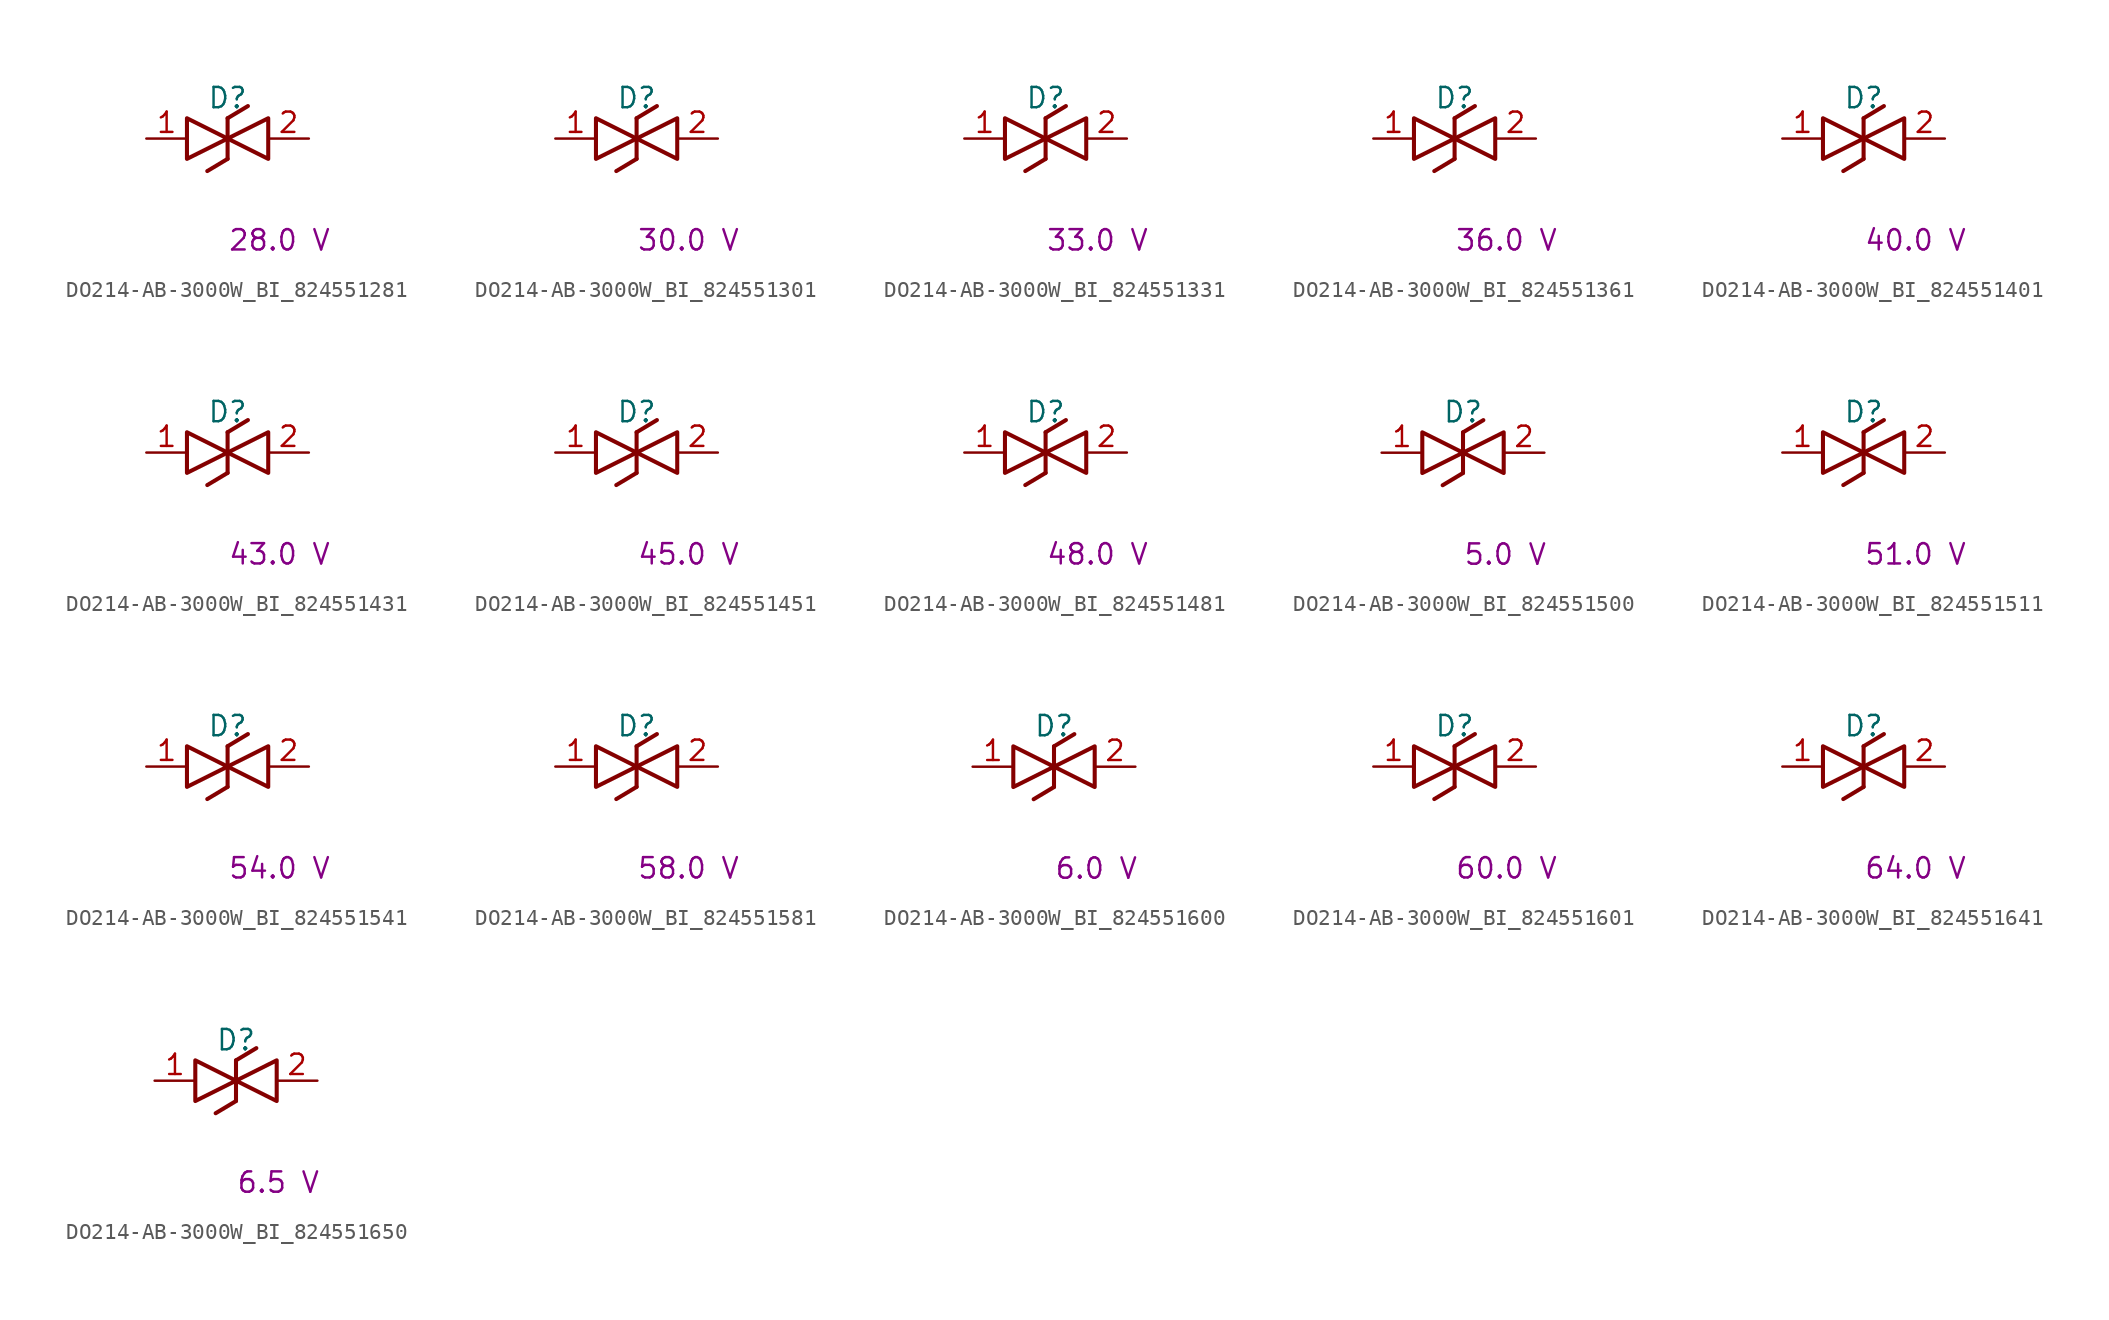
<source format=kicad_sym>
(kicad_symbol_lib
  (version 20220914)
  (generator kicad_symbol_editor)
  (symbol "DO214-AB-3000W_BI_824551281"
    (pin_names hide)
    (property "Reference" "D"
      (at 0 2.54 0)
      (effects (font (size 1.27 1.27))))
    (property "Critical Parameter" "28.0 V"
      (at 0 -6.35 0)
      (effects (font (size 1.27 1.27)) (justify left)))
    (symbol "DO214-AB-3000W_BI_824551281_0_1"
      (polyline (pts (xy -2.54 1.27) (xy -2.54 -1.27) (xy 2.54 1.27) (xy 2.54 -1.27) (xy -2.54 1.27)) (stroke (width 0.254) (type default)) (fill (type none))))
    (symbol "DO214-AB-3000W_BI_824551281_1_1"
      (polyline (pts (xy 0 -1.27) (xy -1.27 -2.032)) (stroke (width 0.254) (type default)) (fill (type none)))
      (polyline (pts (xy 0 1.27) (xy 0 -1.27)) (stroke (width 0.254) (type default)) (fill (type none)))
      (polyline (pts (xy 0 1.27) (xy 1.27 2.032)) (stroke (width 0.254) (type default)) (fill (type none)))
      (pin passive line (at -5.08 0 0) (length 2.54) (name "1" (effects (font (size 1.27 1.27)))) (number "1" (effects (font (size 1.27 1.27)))))
      (pin passive line (at 5.08 0 180) (length 2.54) (name "2" (effects (font (size 1.27 1.27)))) (number "2" (effects (font (size 1.27 1.27)))))))
  (symbol "DO214-AB-3000W_BI_824551301"
    (pin_names hide)
    (property "Reference" "D"
      (at 0 2.54 0)
      (effects (font (size 1.27 1.27))))
    (property "Critical Parameter" "30.0 V"
      (at 0 -6.35 0)
      (effects (font (size 1.27 1.27)) (justify left)))
    (symbol "DO214-AB-3000W_BI_824551301_0_1"
      (polyline (pts (xy -2.54 1.27) (xy -2.54 -1.27) (xy 2.54 1.27) (xy 2.54 -1.27) (xy -2.54 1.27)) (stroke (width 0.254) (type default)) (fill (type none))))
    (symbol "DO214-AB-3000W_BI_824551301_1_1"
      (polyline (pts (xy 0 -1.27) (xy -1.27 -2.032)) (stroke (width 0.254) (type default)) (fill (type none)))
      (polyline (pts (xy 0 1.27) (xy 0 -1.27)) (stroke (width 0.254) (type default)) (fill (type none)))
      (polyline (pts (xy 0 1.27) (xy 1.27 2.032)) (stroke (width 0.254) (type default)) (fill (type none)))
      (pin passive line (at -5.08 0 0) (length 2.54) (name "1" (effects (font (size 1.27 1.27)))) (number "1" (effects (font (size 1.27 1.27)))))
      (pin passive line (at 5.08 0 180) (length 2.54) (name "2" (effects (font (size 1.27 1.27)))) (number "2" (effects (font (size 1.27 1.27)))))))
  (symbol "DO214-AB-3000W_BI_824551331"
    (pin_names hide)
    (property "Reference" "D"
      (at 0 2.54 0)
      (effects (font (size 1.27 1.27))))
    (property "Critical Parameter" "33.0 V"
      (at 0 -6.35 0)
      (effects (font (size 1.27 1.27)) (justify left)))
    (symbol "DO214-AB-3000W_BI_824551331_0_1"
      (polyline (pts (xy -2.54 1.27) (xy -2.54 -1.27) (xy 2.54 1.27) (xy 2.54 -1.27) (xy -2.54 1.27)) (stroke (width 0.254) (type default)) (fill (type none))))
    (symbol "DO214-AB-3000W_BI_824551331_1_1"
      (polyline (pts (xy 0 -1.27) (xy -1.27 -2.032)) (stroke (width 0.254) (type default)) (fill (type none)))
      (polyline (pts (xy 0 1.27) (xy 0 -1.27)) (stroke (width 0.254) (type default)) (fill (type none)))
      (polyline (pts (xy 0 1.27) (xy 1.27 2.032)) (stroke (width 0.254) (type default)) (fill (type none)))
      (pin passive line (at -5.08 0 0) (length 2.54) (name "1" (effects (font (size 1.27 1.27)))) (number "1" (effects (font (size 1.27 1.27)))))
      (pin passive line (at 5.08 0 180) (length 2.54) (name "2" (effects (font (size 1.27 1.27)))) (number "2" (effects (font (size 1.27 1.27)))))))
  (symbol "DO214-AB-3000W_BI_824551361"
    (pin_names hide)
    (property "Reference" "D"
      (at 0 2.54 0)
      (effects (font (size 1.27 1.27))))
    (property "Critical Parameter" "36.0 V"
      (at 0 -6.35 0)
      (effects (font (size 1.27 1.27)) (justify left)))
    (symbol "DO214-AB-3000W_BI_824551361_0_1"
      (polyline (pts (xy -2.54 1.27) (xy -2.54 -1.27) (xy 2.54 1.27) (xy 2.54 -1.27) (xy -2.54 1.27)) (stroke (width 0.254) (type default)) (fill (type none))))
    (symbol "DO214-AB-3000W_BI_824551361_1_1"
      (polyline (pts (xy 0 -1.27) (xy -1.27 -2.032)) (stroke (width 0.254) (type default)) (fill (type none)))
      (polyline (pts (xy 0 1.27) (xy 0 -1.27)) (stroke (width 0.254) (type default)) (fill (type none)))
      (polyline (pts (xy 0 1.27) (xy 1.27 2.032)) (stroke (width 0.254) (type default)) (fill (type none)))
      (pin passive line (at -5.08 0 0) (length 2.54) (name "1" (effects (font (size 1.27 1.27)))) (number "1" (effects (font (size 1.27 1.27)))))
      (pin passive line (at 5.08 0 180) (length 2.54) (name "2" (effects (font (size 1.27 1.27)))) (number "2" (effects (font (size 1.27 1.27)))))))
  (symbol "DO214-AB-3000W_BI_824551401"
    (pin_names hide)
    (property "Reference" "D"
      (at 0 2.54 0)
      (effects (font (size 1.27 1.27))))
    (property "Critical Parameter" "40.0 V"
      (at 0 -6.35 0)
      (effects (font (size 1.27 1.27)) (justify left)))
    (symbol "DO214-AB-3000W_BI_824551401_0_1"
      (polyline (pts (xy -2.54 1.27) (xy -2.54 -1.27) (xy 2.54 1.27) (xy 2.54 -1.27) (xy -2.54 1.27)) (stroke (width 0.254) (type default)) (fill (type none))))
    (symbol "DO214-AB-3000W_BI_824551401_1_1"
      (polyline (pts (xy 0 -1.27) (xy -1.27 -2.032)) (stroke (width 0.254) (type default)) (fill (type none)))
      (polyline (pts (xy 0 1.27) (xy 0 -1.27)) (stroke (width 0.254) (type default)) (fill (type none)))
      (polyline (pts (xy 0 1.27) (xy 1.27 2.032)) (stroke (width 0.254) (type default)) (fill (type none)))
      (pin passive line (at -5.08 0 0) (length 2.54) (name "1" (effects (font (size 1.27 1.27)))) (number "1" (effects (font (size 1.27 1.27)))))
      (pin passive line (at 5.08 0 180) (length 2.54) (name "2" (effects (font (size 1.27 1.27)))) (number "2" (effects (font (size 1.27 1.27)))))))
  (symbol "DO214-AB-3000W_BI_824551431"
    (pin_names hide)
    (property "Reference" "D"
      (at 0 2.54 0)
      (effects (font (size 1.27 1.27))))
    (property "Critical Parameter" "43.0 V"
      (at 0 -6.35 0)
      (effects (font (size 1.27 1.27)) (justify left)))
    (symbol "DO214-AB-3000W_BI_824551431_0_1"
      (polyline (pts (xy -2.54 1.27) (xy -2.54 -1.27) (xy 2.54 1.27) (xy 2.54 -1.27) (xy -2.54 1.27)) (stroke (width 0.254) (type default)) (fill (type none))))
    (symbol "DO214-AB-3000W_BI_824551431_1_1"
      (polyline (pts (xy 0 -1.27) (xy -1.27 -2.032)) (stroke (width 0.254) (type default)) (fill (type none)))
      (polyline (pts (xy 0 1.27) (xy 0 -1.27)) (stroke (width 0.254) (type default)) (fill (type none)))
      (polyline (pts (xy 0 1.27) (xy 1.27 2.032)) (stroke (width 0.254) (type default)) (fill (type none)))
      (pin passive line (at -5.08 0 0) (length 2.54) (name "1" (effects (font (size 1.27 1.27)))) (number "1" (effects (font (size 1.27 1.27)))))
      (pin passive line (at 5.08 0 180) (length 2.54) (name "2" (effects (font (size 1.27 1.27)))) (number "2" (effects (font (size 1.27 1.27)))))))
  (symbol "DO214-AB-3000W_BI_824551451"
    (pin_names hide)
    (property "Reference" "D"
      (at 0 2.54 0)
      (effects (font (size 1.27 1.27))))
    (property "Critical Parameter" "45.0 V"
      (at 0 -6.35 0)
      (effects (font (size 1.27 1.27)) (justify left)))
    (symbol "DO214-AB-3000W_BI_824551451_0_1"
      (polyline (pts (xy -2.54 1.27) (xy -2.54 -1.27) (xy 2.54 1.27) (xy 2.54 -1.27) (xy -2.54 1.27)) (stroke (width 0.254) (type default)) (fill (type none))))
    (symbol "DO214-AB-3000W_BI_824551451_1_1"
      (polyline (pts (xy 0 -1.27) (xy -1.27 -2.032)) (stroke (width 0.254) (type default)) (fill (type none)))
      (polyline (pts (xy 0 1.27) (xy 0 -1.27)) (stroke (width 0.254) (type default)) (fill (type none)))
      (polyline (pts (xy 0 1.27) (xy 1.27 2.032)) (stroke (width 0.254) (type default)) (fill (type none)))
      (pin passive line (at -5.08 0 0) (length 2.54) (name "1" (effects (font (size 1.27 1.27)))) (number "1" (effects (font (size 1.27 1.27)))))
      (pin passive line (at 5.08 0 180) (length 2.54) (name "2" (effects (font (size 1.27 1.27)))) (number "2" (effects (font (size 1.27 1.27)))))))
  (symbol "DO214-AB-3000W_BI_824551481"
    (pin_names hide)
    (property "Reference" "D"
      (at 0 2.54 0)
      (effects (font (size 1.27 1.27))))
    (property "Critical Parameter" "48.0 V"
      (at 0 -6.35 0)
      (effects (font (size 1.27 1.27)) (justify left)))
    (symbol "DO214-AB-3000W_BI_824551481_0_1"
      (polyline (pts (xy -2.54 1.27) (xy -2.54 -1.27) (xy 2.54 1.27) (xy 2.54 -1.27) (xy -2.54 1.27)) (stroke (width 0.254) (type default)) (fill (type none))))
    (symbol "DO214-AB-3000W_BI_824551481_1_1"
      (polyline (pts (xy 0 -1.27) (xy -1.27 -2.032)) (stroke (width 0.254) (type default)) (fill (type none)))
      (polyline (pts (xy 0 1.27) (xy 0 -1.27)) (stroke (width 0.254) (type default)) (fill (type none)))
      (polyline (pts (xy 0 1.27) (xy 1.27 2.032)) (stroke (width 0.254) (type default)) (fill (type none)))
      (pin passive line (at -5.08 0 0) (length 2.54) (name "1" (effects (font (size 1.27 1.27)))) (number "1" (effects (font (size 1.27 1.27)))))
      (pin passive line (at 5.08 0 180) (length 2.54) (name "2" (effects (font (size 1.27 1.27)))) (number "2" (effects (font (size 1.27 1.27)))))))
  (symbol "DO214-AB-3000W_BI_824551500"
    (pin_names hide)
    (property "Reference" "D"
      (at 0 2.54 0)
      (effects (font (size 1.27 1.27))))
    (property "Critical Parameter" "5.0 V"
      (at 0 -6.35 0)
      (effects (font (size 1.27 1.27)) (justify left)))
    (symbol "DO214-AB-3000W_BI_824551500_0_1"
      (polyline (pts (xy -2.54 1.27) (xy -2.54 -1.27) (xy 2.54 1.27) (xy 2.54 -1.27) (xy -2.54 1.27)) (stroke (width 0.254) (type default)) (fill (type none))))
    (symbol "DO214-AB-3000W_BI_824551500_1_1"
      (polyline (pts (xy 0 -1.27) (xy -1.27 -2.032)) (stroke (width 0.254) (type default)) (fill (type none)))
      (polyline (pts (xy 0 1.27) (xy 0 -1.27)) (stroke (width 0.254) (type default)) (fill (type none)))
      (polyline (pts (xy 0 1.27) (xy 1.27 2.032)) (stroke (width 0.254) (type default)) (fill (type none)))
      (pin passive line (at -5.08 0 0) (length 2.54) (name "1" (effects (font (size 1.27 1.27)))) (number "1" (effects (font (size 1.27 1.27)))))
      (pin passive line (at 5.08 0 180) (length 2.54) (name "2" (effects (font (size 1.27 1.27)))) (number "2" (effects (font (size 1.27 1.27)))))))
  (symbol "DO214-AB-3000W_BI_824551511"
    (pin_names hide)
    (property "Reference" "D"
      (at 0 2.54 0)
      (effects (font (size 1.27 1.27))))
    (property "Critical Parameter" "51.0 V"
      (at 0 -6.35 0)
      (effects (font (size 1.27 1.27)) (justify left)))
    (symbol "DO214-AB-3000W_BI_824551511_0_1"
      (polyline (pts (xy -2.54 1.27) (xy -2.54 -1.27) (xy 2.54 1.27) (xy 2.54 -1.27) (xy -2.54 1.27)) (stroke (width 0.254) (type default)) (fill (type none))))
    (symbol "DO214-AB-3000W_BI_824551511_1_1"
      (polyline (pts (xy 0 -1.27) (xy -1.27 -2.032)) (stroke (width 0.254) (type default)) (fill (type none)))
      (polyline (pts (xy 0 1.27) (xy 0 -1.27)) (stroke (width 0.254) (type default)) (fill (type none)))
      (polyline (pts (xy 0 1.27) (xy 1.27 2.032)) (stroke (width 0.254) (type default)) (fill (type none)))
      (pin passive line (at -5.08 0 0) (length 2.54) (name "1" (effects (font (size 1.27 1.27)))) (number "1" (effects (font (size 1.27 1.27)))))
      (pin passive line (at 5.08 0 180) (length 2.54) (name "2" (effects (font (size 1.27 1.27)))) (number "2" (effects (font (size 1.27 1.27)))))))
  (symbol "DO214-AB-3000W_BI_824551541"
    (pin_names hide)
    (property "Reference" "D"
      (at 0 2.54 0)
      (effects (font (size 1.27 1.27))))
    (property "Critical Parameter" "54.0 V"
      (at 0 -6.35 0)
      (effects (font (size 1.27 1.27)) (justify left)))
    (symbol "DO214-AB-3000W_BI_824551541_0_1"
      (polyline (pts (xy -2.54 1.27) (xy -2.54 -1.27) (xy 2.54 1.27) (xy 2.54 -1.27) (xy -2.54 1.27)) (stroke (width 0.254) (type default)) (fill (type none))))
    (symbol "DO214-AB-3000W_BI_824551541_1_1"
      (polyline (pts (xy 0 -1.27) (xy -1.27 -2.032)) (stroke (width 0.254) (type default)) (fill (type none)))
      (polyline (pts (xy 0 1.27) (xy 0 -1.27)) (stroke (width 0.254) (type default)) (fill (type none)))
      (polyline (pts (xy 0 1.27) (xy 1.27 2.032)) (stroke (width 0.254) (type default)) (fill (type none)))
      (pin passive line (at -5.08 0 0) (length 2.54) (name "1" (effects (font (size 1.27 1.27)))) (number "1" (effects (font (size 1.27 1.27)))))
      (pin passive line (at 5.08 0 180) (length 2.54) (name "2" (effects (font (size 1.27 1.27)))) (number "2" (effects (font (size 1.27 1.27)))))))
  (symbol "DO214-AB-3000W_BI_824551581"
    (pin_names hide)
    (property "Reference" "D"
      (at 0 2.54 0)
      (effects (font (size 1.27 1.27))))
    (property "Critical Parameter" "58.0 V"
      (at 0 -6.35 0)
      (effects (font (size 1.27 1.27)) (justify left)))
    (symbol "DO214-AB-3000W_BI_824551581_0_1"
      (polyline (pts (xy -2.54 1.27) (xy -2.54 -1.27) (xy 2.54 1.27) (xy 2.54 -1.27) (xy -2.54 1.27)) (stroke (width 0.254) (type default)) (fill (type none))))
    (symbol "DO214-AB-3000W_BI_824551581_1_1"
      (polyline (pts (xy 0 -1.27) (xy -1.27 -2.032)) (stroke (width 0.254) (type default)) (fill (type none)))
      (polyline (pts (xy 0 1.27) (xy 0 -1.27)) (stroke (width 0.254) (type default)) (fill (type none)))
      (polyline (pts (xy 0 1.27) (xy 1.27 2.032)) (stroke (width 0.254) (type default)) (fill (type none)))
      (pin passive line (at -5.08 0 0) (length 2.54) (name "1" (effects (font (size 1.27 1.27)))) (number "1" (effects (font (size 1.27 1.27)))))
      (pin passive line (at 5.08 0 180) (length 2.54) (name "2" (effects (font (size 1.27 1.27)))) (number "2" (effects (font (size 1.27 1.27)))))))
  (symbol "DO214-AB-3000W_BI_824551600"
    (pin_names hide)
    (property "Reference" "D"
      (at 0 2.54 0)
      (effects (font (size 1.27 1.27))))
    (property "Critical Parameter" "6.0 V"
      (at 0 -6.35 0)
      (effects (font (size 1.27 1.27)) (justify left)))
    (symbol "DO214-AB-3000W_BI_824551600_0_1"
      (polyline (pts (xy -2.54 1.27) (xy -2.54 -1.27) (xy 2.54 1.27) (xy 2.54 -1.27) (xy -2.54 1.27)) (stroke (width 0.254) (type default)) (fill (type none))))
    (symbol "DO214-AB-3000W_BI_824551600_1_1"
      (polyline (pts (xy 0 -1.27) (xy -1.27 -2.032)) (stroke (width 0.254) (type default)) (fill (type none)))
      (polyline (pts (xy 0 1.27) (xy 0 -1.27)) (stroke (width 0.254) (type default)) (fill (type none)))
      (polyline (pts (xy 0 1.27) (xy 1.27 2.032)) (stroke (width 0.254) (type default)) (fill (type none)))
      (pin passive line (at -5.08 0 0) (length 2.54) (name "1" (effects (font (size 1.27 1.27)))) (number "1" (effects (font (size 1.27 1.27)))))
      (pin passive line (at 5.08 0 180) (length 2.54) (name "2" (effects (font (size 1.27 1.27)))) (number "2" (effects (font (size 1.27 1.27)))))))
  (symbol "DO214-AB-3000W_BI_824551601"
    (pin_names hide)
    (property "Reference" "D"
      (at 0 2.54 0)
      (effects (font (size 1.27 1.27))))
    (property "Critical Parameter" "60.0 V"
      (at 0 -6.35 0)
      (effects (font (size 1.27 1.27)) (justify left)))
    (symbol "DO214-AB-3000W_BI_824551601_0_1"
      (polyline (pts (xy -2.54 1.27) (xy -2.54 -1.27) (xy 2.54 1.27) (xy 2.54 -1.27) (xy -2.54 1.27)) (stroke (width 0.254) (type default)) (fill (type none))))
    (symbol "DO214-AB-3000W_BI_824551601_1_1"
      (polyline (pts (xy 0 -1.27) (xy -1.27 -2.032)) (stroke (width 0.254) (type default)) (fill (type none)))
      (polyline (pts (xy 0 1.27) (xy 0 -1.27)) (stroke (width 0.254) (type default)) (fill (type none)))
      (polyline (pts (xy 0 1.27) (xy 1.27 2.032)) (stroke (width 0.254) (type default)) (fill (type none)))
      (pin passive line (at -5.08 0 0) (length 2.54) (name "1" (effects (font (size 1.27 1.27)))) (number "1" (effects (font (size 1.27 1.27)))))
      (pin passive line (at 5.08 0 180) (length 2.54) (name "2" (effects (font (size 1.27 1.27)))) (number "2" (effects (font (size 1.27 1.27)))))))
  (symbol "DO214-AB-3000W_BI_824551641"
    (pin_names hide)
    (property "Reference" "D"
      (at 0 2.54 0)
      (effects (font (size 1.27 1.27))))
    (property "Critical Parameter" "64.0 V"
      (at 0 -6.35 0)
      (effects (font (size 1.27 1.27)) (justify left)))
    (symbol "DO214-AB-3000W_BI_824551641_0_1"
      (polyline (pts (xy -2.54 1.27) (xy -2.54 -1.27) (xy 2.54 1.27) (xy 2.54 -1.27) (xy -2.54 1.27)) (stroke (width 0.254) (type default)) (fill (type none))))
    (symbol "DO214-AB-3000W_BI_824551641_1_1"
      (polyline (pts (xy 0 -1.27) (xy -1.27 -2.032)) (stroke (width 0.254) (type default)) (fill (type none)))
      (polyline (pts (xy 0 1.27) (xy 0 -1.27)) (stroke (width 0.254) (type default)) (fill (type none)))
      (polyline (pts (xy 0 1.27) (xy 1.27 2.032)) (stroke (width 0.254) (type default)) (fill (type none)))
      (pin passive line (at -5.08 0 0) (length 2.54) (name "1" (effects (font (size 1.27 1.27)))) (number "1" (effects (font (size 1.27 1.27)))))
      (pin passive line (at 5.08 0 180) (length 2.54) (name "2" (effects (font (size 1.27 1.27)))) (number "2" (effects (font (size 1.27 1.27)))))))
  (symbol "DO214-AB-3000W_BI_824551650"
    (pin_names hide)
    (property "Reference" "D"
      (at 0 2.54 0)
      (effects (font (size 1.27 1.27))))
    (property "Critical Parameter" "6.5 V"
      (at 0 -6.35 0)
      (effects (font (size 1.27 1.27)) (justify left)))
    (symbol "DO214-AB-3000W_BI_824551650_0_1"
      (polyline (pts (xy -2.54 1.27) (xy -2.54 -1.27) (xy 2.54 1.27) (xy 2.54 -1.27) (xy -2.54 1.27)) (stroke (width 0.254) (type default)) (fill (type none))))
    (symbol "DO214-AB-3000W_BI_824551650_1_1"
      (polyline (pts (xy 0 -1.27) (xy -1.27 -2.032)) (stroke (width 0.254) (type default)) (fill (type none)))
      (polyline (pts (xy 0 1.27) (xy 0 -1.27)) (stroke (width 0.254) (type default)) (fill (type none)))
      (polyline (pts (xy 0 1.27) (xy 1.27 2.032)) (stroke (width 0.254) (type default)) (fill (type none)))
      (pin passive line (at -5.08 0 0) (length 2.54) (name "1" (effects (font (size 1.27 1.27)))) (number "1" (effects (font (size 1.27 1.27)))))
      (pin passive line (at 5.08 0 180) (length 2.54) (name "2" (effects (font (size 1.27 1.27)))) (number "2" (effects (font (size 1.27 1.27))))))))
</source>
